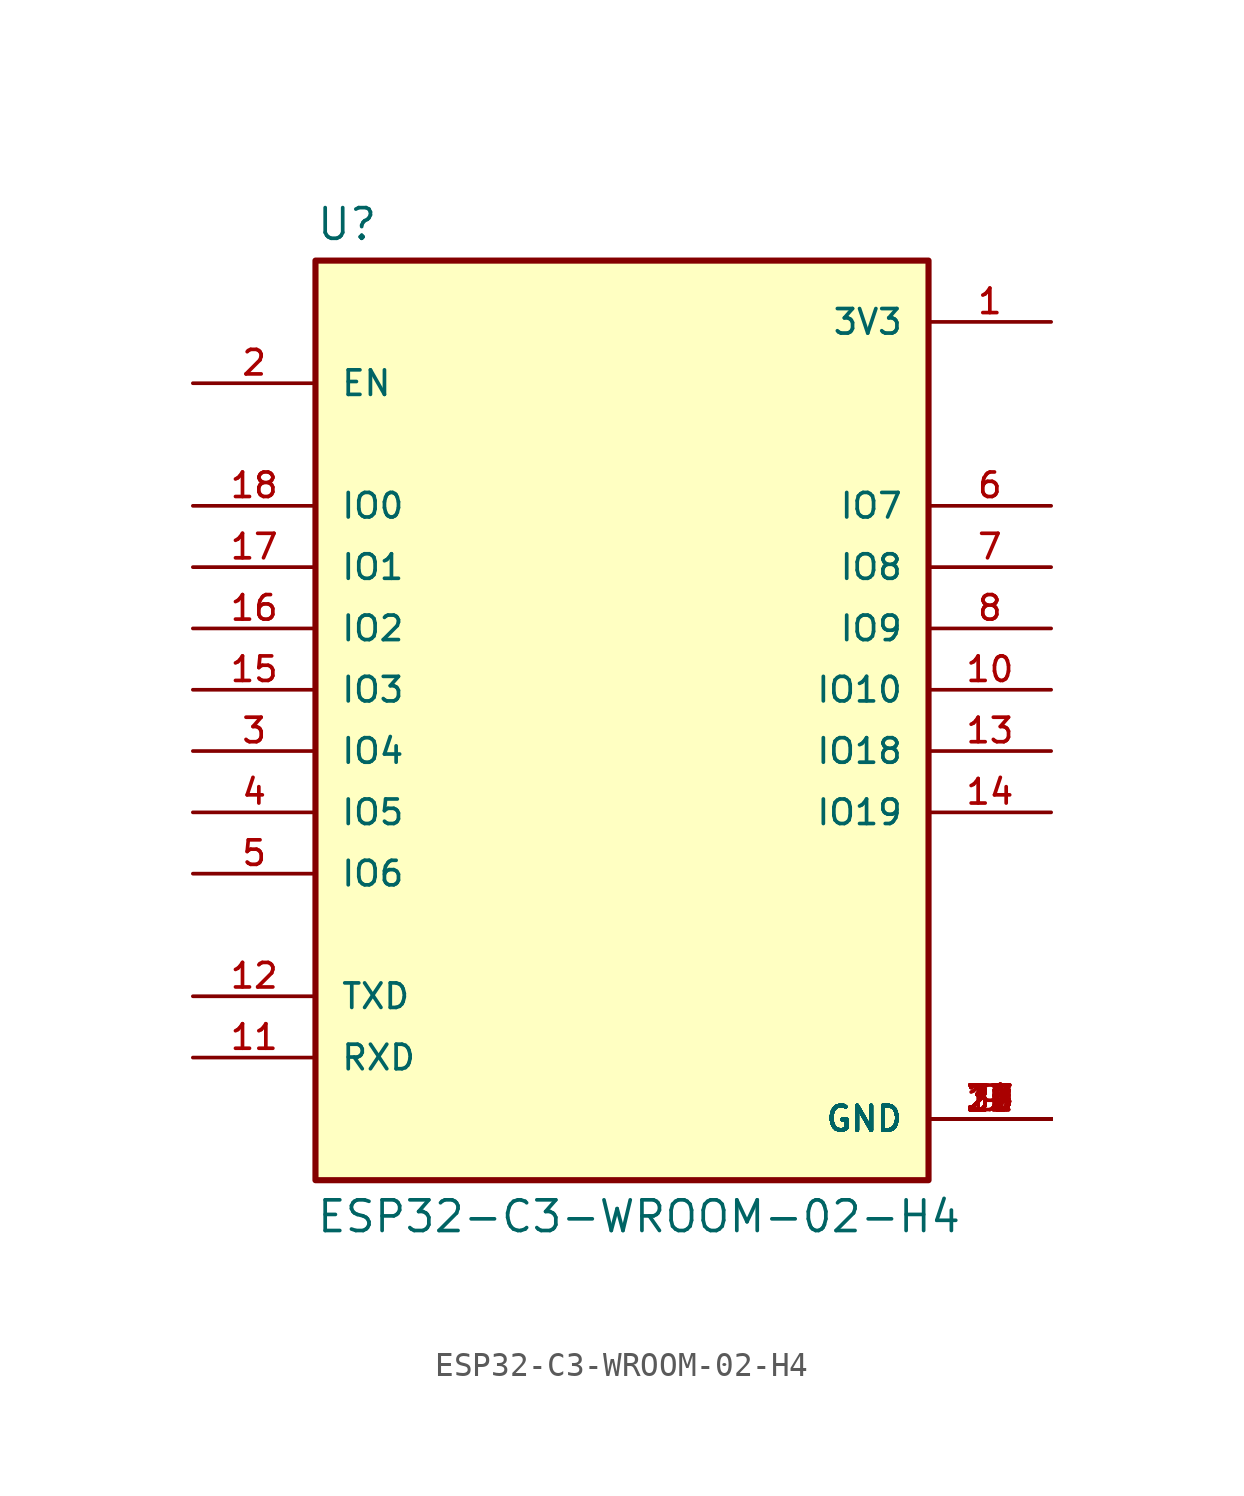
<source format=kicad_sym>
(kicad_symbol_lib
  (version 20211014)
  (generator kicad_symbol_editor)
  (symbol "ESP32-C3-WROOM-02-H4"
    (pin_names
      (offset 1.016))
    (property "Reference" "U"
      (at -12.7 21.082 0)
      (effects (font (size 1.27 1.27)) (justify bottom left)))
    (property "Value" "ESP32-C3-WROOM-02-H4"
      (at -12.7 -18.542 0)
      (effects (font (size 1.27 1.27)) (justify top left)))
    (symbol "ESP32-C3-WROOM-02-H4_0_0"
      (rectangle (start -12.7 -17.78) (end 12.7 20.32) (stroke (width 0.254)) (fill (type background)))
      (pin power_in line (at 17.78 17.78 180.0) (length 5.08) (name "3V3" (effects (font (size 1.016 1.016)))) (number "1" (effects (font (size 1.016 1.016)))))
      (pin input line (at -17.78 15.24 0) (length 5.08) (name "EN" (effects (font (size 1.016 1.016)))) (number "2" (effects (font (size 1.016 1.016)))))
      (pin power_in line (at 17.78 -15.24 180.0) (length 5.08) (name "GND" (effects (font (size 1.016 1.016)))) (number "9" (effects (font (size 1.016 1.016)))))
      (pin power_in line (at 17.78 -15.24 180.0) (length 5.08) (name "GND" (effects (font (size 1.016 1.016)))) (number "19" (effects (font (size 1.016 1.016)))))
      (pin power_in line (at 17.78 -15.24 180.0) (length 5.08) (name "GND" (effects (font (size 1.016 1.016)))) (number "20" (effects (font (size 1.016 1.016)))))
      (pin power_in line (at 17.78 -15.24 180.0) (length 5.08) (name "GND" (effects (font (size 1.016 1.016)))) (number "21" (effects (font (size 1.016 1.016)))))
      (pin power_in line (at 17.78 -15.24 180.0) (length 5.08) (name "GND" (effects (font (size 1.016 1.016)))) (number "22" (effects (font (size 1.016 1.016)))))
      (pin power_in line (at 17.78 -15.24 180.0) (length 5.08) (name "GND" (effects (font (size 1.016 1.016)))) (number "23" (effects (font (size 1.016 1.016)))))
      (pin power_in line (at 17.78 -15.24 180.0) (length 5.08) (name "GND" (effects (font (size 1.016 1.016)))) (number "24" (effects (font (size 1.016 1.016)))))
      (pin power_in line (at 17.78 -15.24 180.0) (length 5.08) (name "GND" (effects (font (size 1.016 1.016)))) (number "25" (effects (font (size 1.016 1.016)))))
      (pin power_in line (at 17.78 -15.24 180.0) (length 5.08) (name "GND" (effects (font (size 1.016 1.016)))) (number "26" (effects (font (size 1.016 1.016)))))
      (pin power_in line (at 17.78 -15.24 180.0) (length 5.08) (name "GND" (effects (font (size 1.016 1.016)))) (number "27" (effects (font (size 1.016 1.016)))))
      (pin power_in line (at 17.78 -15.24 180.0) (length 5.08) (name "GND" (effects (font (size 1.016 1.016)))) (number "28" (effects (font (size 1.016 1.016)))))
      (pin power_in line (at 17.78 -15.24 180.0) (length 5.08) (name "GND" (effects (font (size 1.016 1.016)))) (number "29" (effects (font (size 1.016 1.016)))))
      (pin power_in line (at 17.78 -15.24 180.0) (length 5.08) (name "GND" (effects (font (size 1.016 1.016)))) (number "30" (effects (font (size 1.016 1.016)))))
      (pin power_in line (at 17.78 -15.24 180.0) (length 5.08) (name "GND" (effects (font (size 1.016 1.016)))) (number "31" (effects (font (size 1.016 1.016)))))
      (pin power_in line (at 17.78 -15.24 180.0) (length 5.08) (name "GND" (effects (font (size 1.016 1.016)))) (number "32" (effects (font (size 1.016 1.016)))))
      (pin power_in line (at 17.78 -15.24 180.0) (length 5.08) (name "GND" (effects (font (size 1.016 1.016)))) (number "33" (effects (font (size 1.016 1.016)))))
      (pin power_in line (at 17.78 -15.24 180.0) (length 5.08) (name "GND" (effects (font (size 1.016 1.016)))) (number "34" (effects (font (size 1.016 1.016)))))
      (pin power_in line (at 17.78 -15.24 180.0) (length 5.08) (name "GND" (effects (font (size 1.016 1.016)))) (number "35" (effects (font (size 1.016 1.016)))))
      (pin power_in line (at 17.78 -15.24 180.0) (length 5.08) (name "GND" (effects (font (size 1.016 1.016)))) (number "36" (effects (font (size 1.016 1.016)))))
      (pin power_in line (at 17.78 -15.24 180.0) (length 5.08) (name "GND" (effects (font (size 1.016 1.016)))) (number "37" (effects (font (size 1.016 1.016)))))
      (pin power_in line (at 17.78 -15.24 180.0) (length 5.08) (name "GND" (effects (font (size 1.016 1.016)))) (number "38" (effects (font (size 1.016 1.016)))))
      (pin power_in line (at 17.78 -15.24 180.0) (length 5.08) (name "GND" (effects (font (size 1.016 1.016)))) (number "39" (effects (font (size 1.016 1.016)))))
      (pin bidirectional line (at -17.78 10.16 0) (length 5.08) (name "IO0" (effects (font (size 1.016 1.016)))) (number "18" (effects (font (size 1.016 1.016)))))
      (pin bidirectional line (at -17.78 7.62 0) (length 5.08) (name "IO1" (effects (font (size 1.016 1.016)))) (number "17" (effects (font (size 1.016 1.016)))))
      (pin bidirectional line (at -17.78 5.08 0) (length 5.08) (name "IO2" (effects (font (size 1.016 1.016)))) (number "16" (effects (font (size 1.016 1.016)))))
      (pin bidirectional line (at -17.78 2.54 0) (length 5.08) (name "IO3" (effects (font (size 1.016 1.016)))) (number "15" (effects (font (size 1.016 1.016)))))
      (pin bidirectional line (at -17.78 0.0 0) (length 5.08) (name "IO4" (effects (font (size 1.016 1.016)))) (number "3" (effects (font (size 1.016 1.016)))))
      (pin bidirectional line (at -17.78 -2.54 0) (length 5.08) (name "IO5" (effects (font (size 1.016 1.016)))) (number "4" (effects (font (size 1.016 1.016)))))
      (pin bidirectional line (at -17.78 -5.08 0) (length 5.08) (name "IO6" (effects (font (size 1.016 1.016)))) (number "5" (effects (font (size 1.016 1.016)))))
      (pin bidirectional line (at 17.78 10.16 180.0) (length 5.08) (name "IO7" (effects (font (size 1.016 1.016)))) (number "6" (effects (font (size 1.016 1.016)))))
      (pin bidirectional line (at 17.78 7.62 180.0) (length 5.08) (name "IO8" (effects (font (size 1.016 1.016)))) (number "7" (effects (font (size 1.016 1.016)))))
      (pin bidirectional line (at 17.78 5.08 180.0) (length 5.08) (name "IO9" (effects (font (size 1.016 1.016)))) (number "8" (effects (font (size 1.016 1.016)))))
      (pin bidirectional line (at 17.78 2.54 180.0) (length 5.08) (name "IO10" (effects (font (size 1.016 1.016)))) (number "10" (effects (font (size 1.016 1.016)))))
      (pin bidirectional line (at 17.78 0.0 180.0) (length 5.08) (name "IO18" (effects (font (size 1.016 1.016)))) (number "13" (effects (font (size 1.016 1.016)))))
      (pin bidirectional line (at 17.78 -2.54 180.0) (length 5.08) (name "IO19" (effects (font (size 1.016 1.016)))) (number "14" (effects (font (size 1.016 1.016)))))
      (pin bidirectional line (at -17.78 -10.16 0) (length 5.08) (name "TXD" (effects (font (size 1.016 1.016)))) (number "12" (effects (font (size 1.016 1.016)))))
      (pin bidirectional line (at -17.78 -12.7 0) (length 5.08) (name "RXD" (effects (font (size 1.016 1.016)))) (number "11" (effects (font (size 1.016 1.016))))))))
</source>
